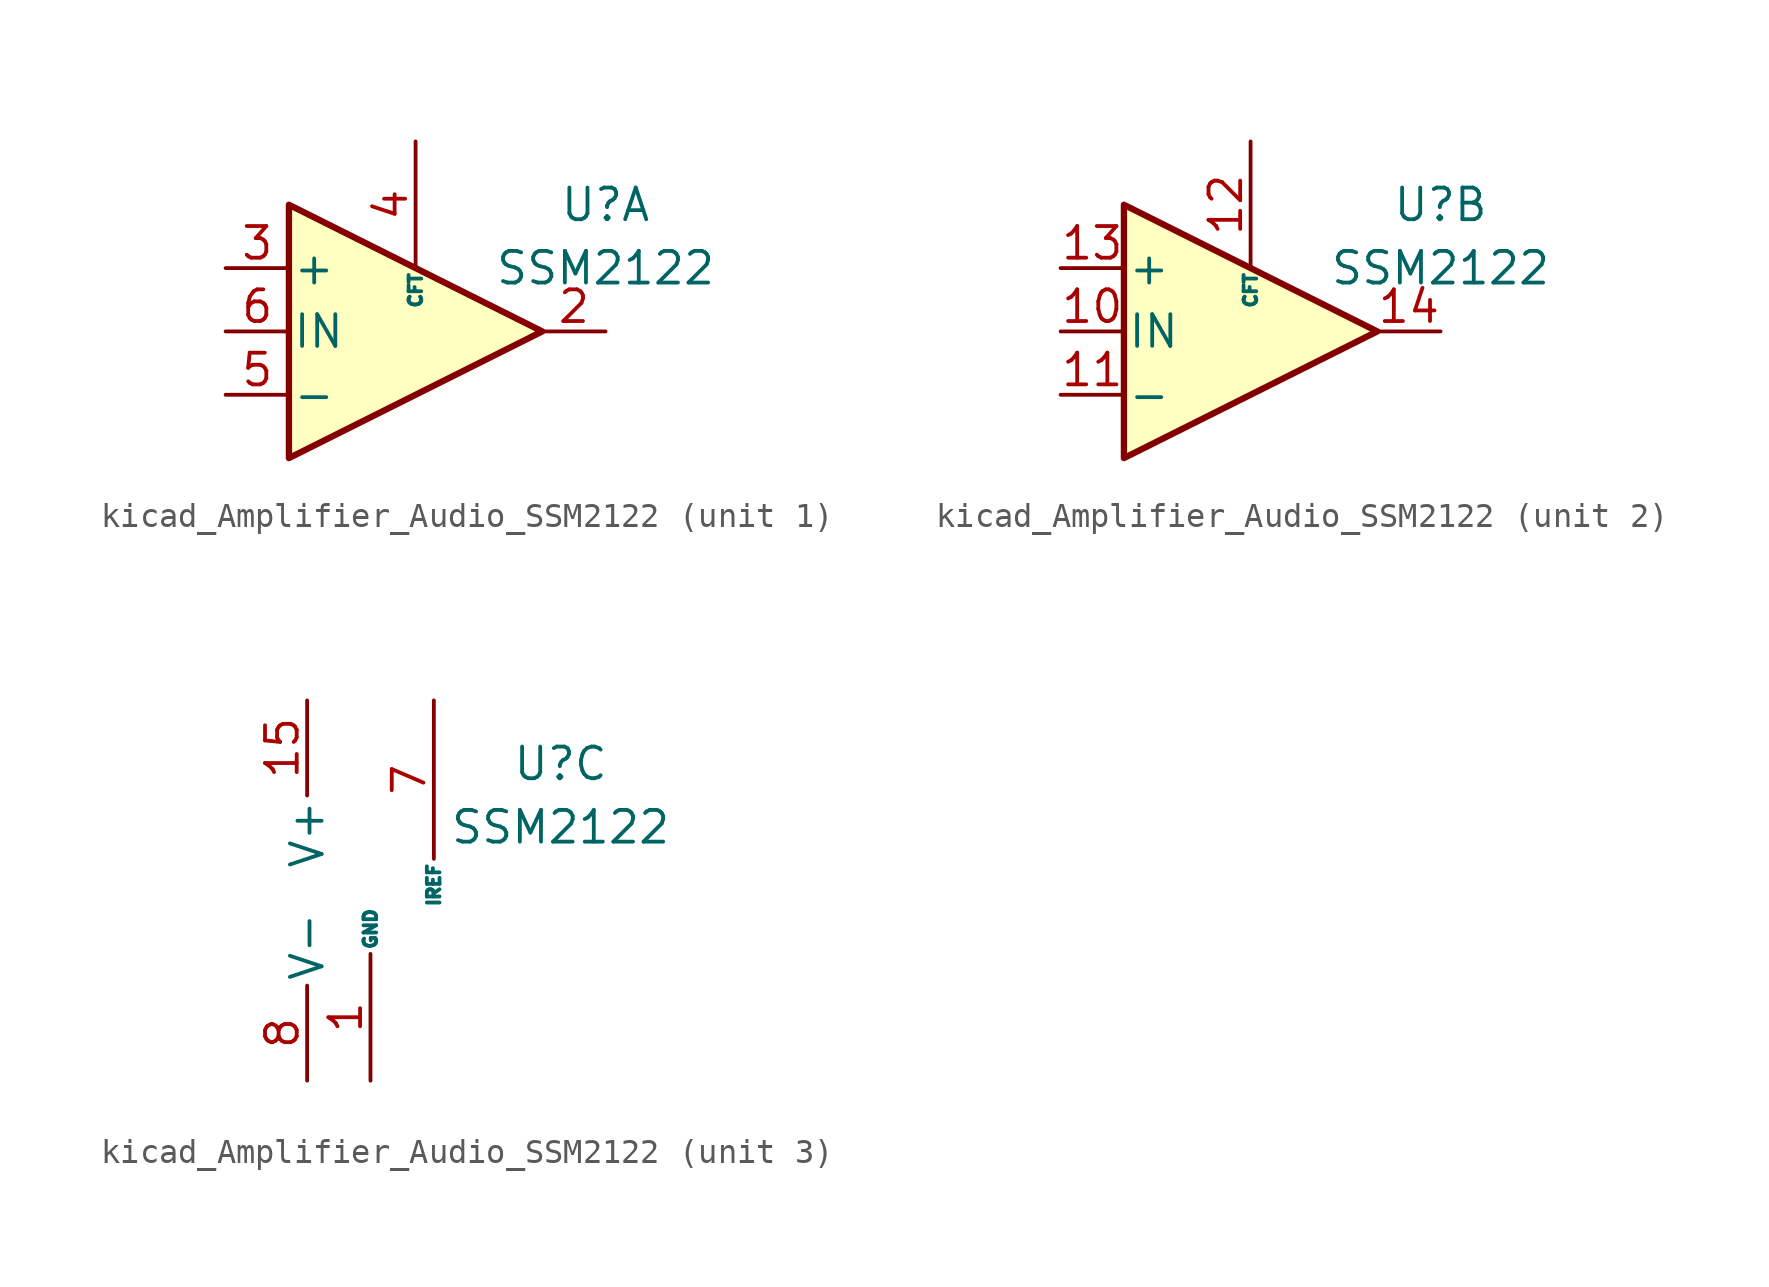
<source format=kicad_sym>
(kicad_symbol_lib
  (version 20220914)
  (generator kicad_symbol_editor)
  (symbol "kicad_Amplifier_Audio_SSM2122"
    (pin_names
      (offset 0.127))
    (property "Reference" "U"
      (at 7.62 5.08 0)
      (effects (font (size 1.27 1.27))))
    (property "Value" "SSM2122"
      (at 7.62 2.54 0)
      (effects (font (size 1.27 1.27))))
    (property "ki_locked" ""
      (at 0 0 0)
      (effects (font (size 1.27 1.27))))
    (symbol "kicad_Amplifier_Audio_SSM2122_1_1"
      (polyline (pts (xy -5.08 5.08) (xy 5.08 0) (xy -5.08 -5.08) (xy -5.08 5.08)) (stroke (width 0.254) (type default)) (fill (type background)))
      (pin output line (at 7.62 0 180) (length 2.54) (name "~" (effects (font (size 1.27 1.27)))) (number "2" (effects (font (size 1.27 1.27)))))
      (pin input line (at -7.62 2.54 0) (length 2.54) (name "+" (effects (font (size 1.27 1.27)))) (number "3" (effects (font (size 1.27 1.27)))))
      (pin input line (at 0 7.62 270) (length 5.08) (name "CFT" (effects (font (size 0.508 0.508)))) (number "4" (effects (font (size 1.27 1.27)))))
      (pin input line (at -7.62 -2.54 0) (length 2.54) (name "-" (effects (font (size 1.27 1.27)))) (number "5" (effects (font (size 1.27 1.27)))))
      (pin input line (at -7.62 0 0) (length 2.54) (name "IN" (effects (font (size 1.27 1.27)))) (number "6" (effects (font (size 1.27 1.27))))))
    (symbol "kicad_Amplifier_Audio_SSM2122_2_1"
      (polyline (pts (xy -5.08 5.08) (xy 5.08 0) (xy -5.08 -5.08) (xy -5.08 5.08)) (stroke (width 0.254) (type default)) (fill (type background)))
      (pin input line (at -7.62 0 0) (length 2.54) (name "IN" (effects (font (size 1.27 1.27)))) (number "10" (effects (font (size 1.27 1.27)))))
      (pin input line (at -7.62 -2.54 0) (length 2.54) (name "-" (effects (font (size 1.27 1.27)))) (number "11" (effects (font (size 1.27 1.27)))))
      (pin input line (at 0 7.62 270) (length 5.08) (name "CFT" (effects (font (size 0.508 0.508)))) (number "12" (effects (font (size 1.27 1.27)))))
      (pin input line (at -7.62 2.54 0) (length 2.54) (name "+" (effects (font (size 1.27 1.27)))) (number "13" (effects (font (size 1.27 1.27)))))
      (pin output line (at 7.62 0 180) (length 2.54) (name "~" (effects (font (size 1.27 1.27)))) (number "14" (effects (font (size 1.27 1.27))))))
    (symbol "kicad_Amplifier_Audio_SSM2122_3_0"
      (pin power_in line (at 0 -7.62 90) (length 5.08) (name "GND" (effects (font (size 0.508 0.508)))) (number "1" (effects (font (size 1.27 1.27)))))
      (pin power_in line (at -2.54 7.62 270) (length 3.81) (name "V+" (effects (font (size 1.27 1.27)))) (number "15" (effects (font (size 1.27 1.27)))))
      (pin passive line (at 0 -7.62 90) (length 5.08) hide (name "GND" (effects (font (size 0.508 0.508)))) (number "16" (effects (font (size 1.27 1.27)))))
      (pin input line (at 2.54 7.62 270) (length 6.35) (name "IREF" (effects (font (size 0.508 0.508)))) (number "7" (effects (font (size 1.27 1.27)))))
      (pin power_in line (at -2.54 -7.62 90) (length 3.81) (name "V-" (effects (font (size 1.27 1.27)))) (number "8" (effects (font (size 1.27 1.27)))))
      (pin passive line (at 0 -7.62 90) (length 5.08) hide (name "GND" (effects (font (size 0.508 0.508)))) (number "9" (effects (font (size 1.27 1.27))))))))
</source>
